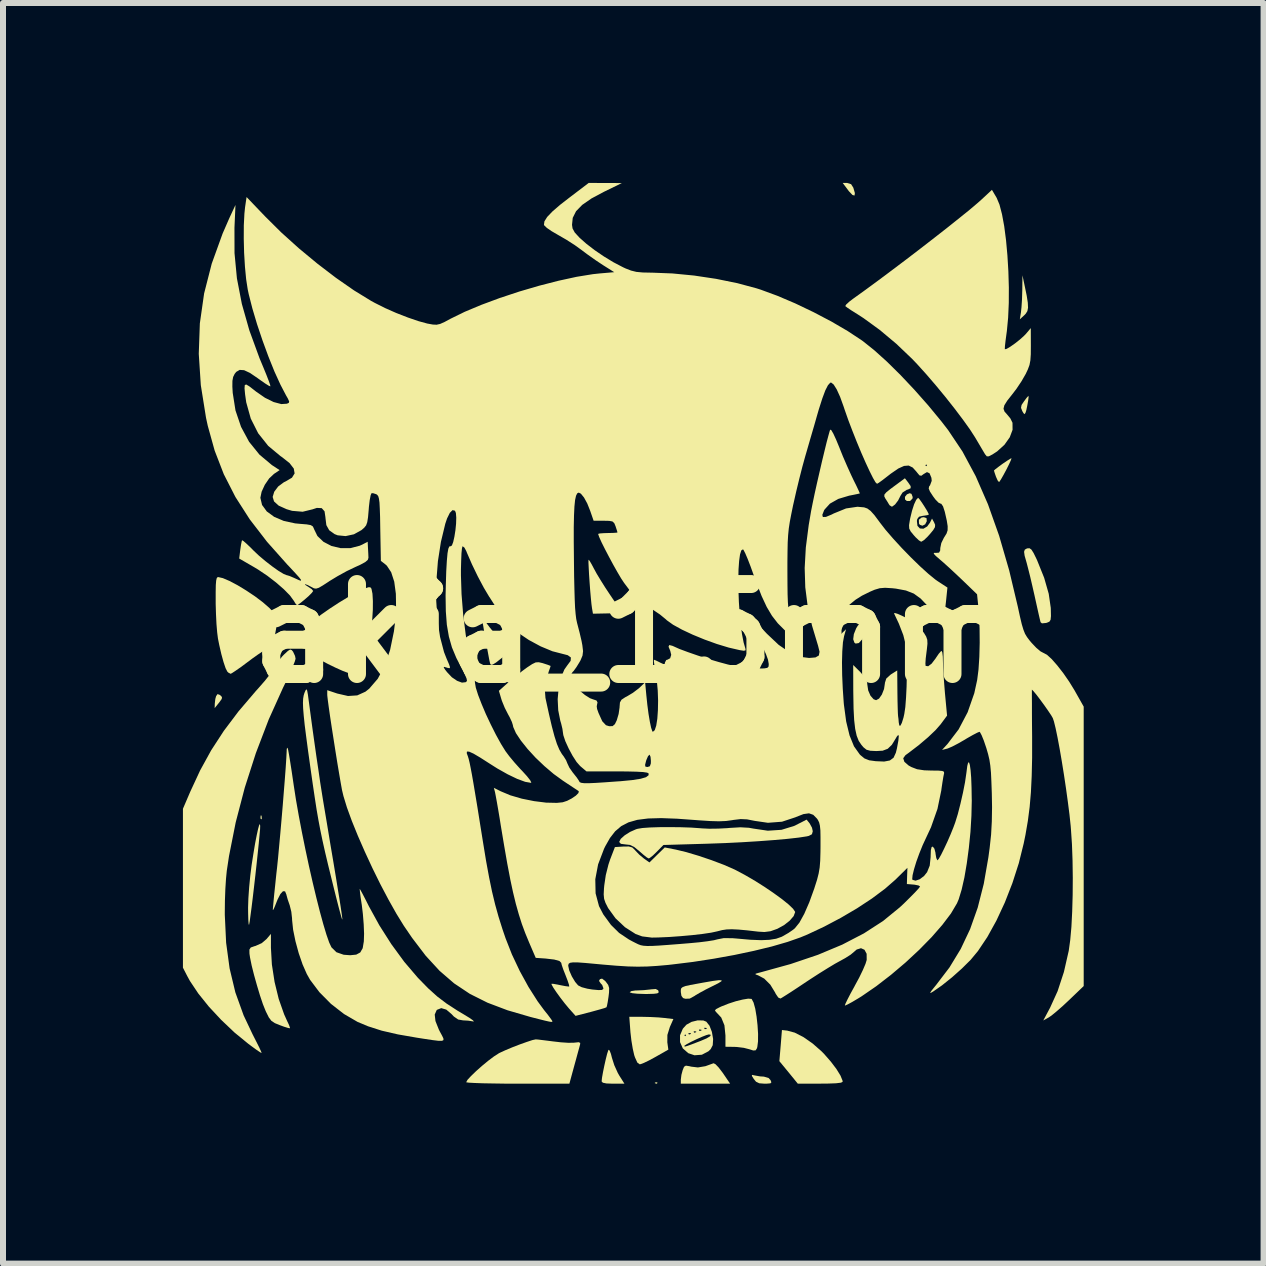
<source format=kicad_pcb>
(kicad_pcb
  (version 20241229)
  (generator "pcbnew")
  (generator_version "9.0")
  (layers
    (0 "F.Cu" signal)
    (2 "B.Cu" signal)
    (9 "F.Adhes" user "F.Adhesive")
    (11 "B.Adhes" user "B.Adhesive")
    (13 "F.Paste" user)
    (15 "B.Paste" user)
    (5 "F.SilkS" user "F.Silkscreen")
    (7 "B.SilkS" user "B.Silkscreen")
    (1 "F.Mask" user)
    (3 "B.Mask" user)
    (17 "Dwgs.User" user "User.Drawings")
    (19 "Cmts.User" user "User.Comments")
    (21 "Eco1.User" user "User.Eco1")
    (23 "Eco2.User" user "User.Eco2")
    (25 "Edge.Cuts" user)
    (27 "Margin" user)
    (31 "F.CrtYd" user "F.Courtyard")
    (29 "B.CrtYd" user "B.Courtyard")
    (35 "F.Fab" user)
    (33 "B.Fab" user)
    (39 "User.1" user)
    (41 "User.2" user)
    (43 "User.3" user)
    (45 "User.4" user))
  (footprint "akia_15mm"
    (layer "F.Cu")
    (at 7.509 7.509)
    (property "Reference" "akia_15mm" (at 0 0 0) (layer "F.SilkS") (effects (font (size 1.5 1.5) (thickness 0.3))))
    (attr board_only exclude_from_pos_files exclude_from_bom)
    (fp_poly (pts (xy -6.198 3.045) (xy -6.194 3.091) (xy -6.2 3.101) (xy -6.214 3.092) (xy -6.216 3.063) (xy -6.209 3.031)) (stroke (width 0) (type solid)) (fill yes) (layer "F.SilkS"))
    (fp_poly (pts (xy 0.401 7.489) (xy 0.397 7.506) (xy 0.381 7.509) (xy 0.357 7.498) (xy 0.362 7.489) (xy 0.397 7.485)) (stroke (width 0) (type solid)) (fill yes) (layer "F.SilkS"))
    (fp_poly (pts (xy 3.631 -7.488) (xy 3.668 -7.43) (xy 3.694 -7.34) (xy 3.688 -7.299) (xy 3.654 -7.308) (xy 3.595 -7.37) (xy 3.586 -7.382) (xy 3.491 -7.509) (xy 3.565 -7.509)) (stroke (width 0) (type solid)) (fill yes) (layer "F.SilkS"))
    (fp_poly (pts (xy 4.638 -2.325) (xy 4.658 -2.272) (xy 4.654 -2.246) (xy 4.614 -2.206) (xy 4.56 -2.206) (xy 4.53 -2.232) (xy 4.529 -2.276) (xy 4.562 -2.317) (xy 4.608 -2.336)) (stroke (width 0) (type solid)) (fill yes) (layer "F.SilkS"))
    (fp_poly (pts (xy 4.888 -1.921) (xy 4.893 -1.87) (xy 4.866 -1.817) (xy 4.82 -1.794) (xy 4.777 -1.809) (xy 4.763 -1.83) (xy 4.761 -1.894) (xy 4.807 -1.931) (xy 4.843 -1.936)) (stroke (width 0) (type solid)) (fill yes) (layer "F.SilkS"))
    (fp_poly (pts (xy -6.894 1.027) (xy -6.886 1.033) (xy -6.858 1.062) (xy -6.862 1.094) (xy -6.901 1.149) (xy -6.909 1.159) (xy -6.98 1.247) (xy -6.978 1.173) (xy -6.969 1.094) (xy -6.956 1.048) (xy -6.932 1.013)) (stroke (width 0) (type solid)) (fill yes) (layer "F.SilkS"))
    (fp_poly (pts (xy 3.909 -0.215) (xy 3.92 -0.153) (xy 3.897 -0.055) (xy 3.884 -0.023) (xy 3.819 0.097) (xy 3.76 0.162) (xy 3.707 0.171) (xy 3.686 0.156) (xy 3.666 0.099) (xy 3.677 0.013) (xy 3.716 -0.084) (xy 3.741 -0.125) (xy 3.811 -0.206) (xy 3.87 -0.234)) (stroke (width 0) (type solid)) (fill yes) (layer "F.SilkS"))
    (fp_poly (pts (xy 6.525 -5.793) (xy 6.559 -5.629) (xy 6.577 -5.512) (xy 6.581 -5.429) (xy 6.57 -5.372) (xy 6.543 -5.329) (xy 6.519 -5.304) (xy 6.444 -5.235) (xy 6.463 -5.353) (xy 6.472 -5.439) (xy 6.48 -5.56) (xy 6.484 -5.693) (xy 6.485 -5.719) (xy 6.488 -5.969)) (stroke (width 0) (type solid)) (fill yes) (layer "F.SilkS"))
    (fp_poly (pts (xy 6.59 -3.934) (xy 6.582 -3.873) (xy 6.568 -3.796) (xy 6.553 -3.724) (xy 6.542 -3.686) (xy 6.526 -3.654) (xy 6.506 -3.669) (xy 6.485 -3.705) (xy 6.464 -3.759) (xy 6.473 -3.807) (xy 6.514 -3.868) (xy 6.558 -3.927) (xy 6.586 -3.958) (xy 6.588 -3.96)) (stroke (width 0) (type solid)) (fill yes) (layer "F.SilkS"))
    (fp_poly (pts (xy 2.023 7.371) (xy 2.028 7.372) (xy 2.113 7.387) (xy 2.177 7.391) (xy 2.255 7.414) (xy 2.288 7.45) (xy 2.302 7.486) (xy 2.286 7.503) (xy 2.228 7.508) (xy 2.19 7.509) (xy 2.1 7.502) (xy 2.046 7.476) (xy 2.009 7.431) (xy 1.976 7.378) (xy 1.98 7.362)) (stroke (width 0) (type solid)) (fill yes) (layer "F.SilkS"))
    (fp_poly (pts (xy 1.37 7.184) (xy 1.422 7.238) (xy 1.484 7.319) (xy 1.493 7.331) (xy 1.614 7.509) (xy 1.203 7.509) (xy 0.792 7.509) (xy 0.792 7.44) (xy 0.802 7.361) (xy 0.823 7.283) (xy 0.846 7.227) (xy 0.876 7.208) (xy 0.934 7.217) (xy 0.967 7.225) (xy 1.077 7.238) (xy 1.202 7.217) (xy 1.338 7.168)) (stroke (width 0) (type solid)) (fill yes) (layer "F.SilkS"))
    (fp_poly (pts (xy 0.412 5.95) (xy 0.42 5.966) (xy 0.422 5.989) (xy 0.399 6.003) (xy 0.342 6.01) (xy 0.24 6.013) (xy 0.19 6.013) (xy 0.069 6.009) (xy -0.017 6) (xy -0.057 5.987) (xy -0.059 5.983) (xy -0.033 5.965) (xy 0.033 5.955) (xy 0.066 5.954) (xy 0.176 5.949) (xy 0.283 5.938) (xy 0.296 5.936) (xy 0.373 5.93)) (stroke (width 0) (type solid)) (fill yes) (layer "F.SilkS"))
    (fp_poly (pts (xy -0.395 6.956) (xy -0.373 7.013) (xy -0.356 7.079) (xy -0.317 7.201) (xy -0.26 7.327) (xy -0.234 7.373) (xy -0.148 7.509) (xy -0.338 7.509) (xy -0.447 7.505) (xy -0.507 7.493) (xy -0.528 7.472) (xy -0.528 7.468) (xy -0.522 7.41) (xy -0.506 7.319) (xy -0.484 7.211) (xy -0.46 7.104) (xy -0.437 7.012) (xy -0.418 6.954) (xy -0.413 6.943)) (stroke (width 0) (type solid)) (fill yes) (layer "F.SilkS"))
    (fp_poly (pts (xy 6.293 -2.881) (xy 6.261 -2.812) (xy 6.218 -2.726) (xy 6.171 -2.639) (xy 6.13 -2.567) (xy 6.103 -2.527) (xy 6.097 -2.522) (xy 6.075 -2.547) (xy 6.048 -2.607) (xy 6.045 -2.615) (xy 6.023 -2.679) (xy 6.013 -2.714) (xy 6.013 -2.715) (xy 6.034 -2.734) (xy 6.091 -2.778) (xy 6.159 -2.828) (xy 6.236 -2.88) (xy 6.289 -2.913) (xy 6.306 -2.919)) (stroke (width 0) (type solid)) (fill yes) (layer "F.SilkS"))
    (fp_poly (pts (xy 2.566 6.624) (xy 2.692 6.658) (xy 2.838 6.733) (xy 2.991 6.84) (xy 3.14 6.971) (xy 3.182 7.014) (xy 3.294 7.142) (xy 3.387 7.265) (xy 3.454 7.374) (xy 3.488 7.457) (xy 3.49 7.478) (xy 3.462 7.492) (xy 3.378 7.502) (xy 3.242 7.507) (xy 3.116 7.508) (xy 2.742 7.508) (xy 2.589 7.32) (xy 2.435 7.133) (xy 2.457 6.873) (xy 2.478 6.614)) (stroke (width 0) (type solid)) (fill yes) (layer "F.SilkS"))
    (fp_poly (pts (xy 4.581 -2.517) (xy 4.624 -2.454) (xy 4.624 -2.419) (xy 4.58 -2.398) (xy 4.56 -2.393) (xy 4.489 -2.348) (xy 4.455 -2.294) (xy 4.415 -2.215) (xy 4.364 -2.148) (xy 4.318 -2.114) (xy 4.309 -2.112) (xy 4.275 -2.133) (xy 4.264 -2.148) (xy 4.232 -2.201) (xy 4.201 -2.249) (xy 4.184 -2.284) (xy 4.187 -2.315) (xy 4.219 -2.352) (xy 4.286 -2.406) (xy 4.344 -2.449) (xy 4.528 -2.585)) (stroke (width 0) (type solid)) (fill yes) (layer "F.SilkS"))
    (fp_poly (pts (xy 0.15 6.394) (xy 0.284 6.397) (xy 0.42 6.404) (xy 0.517 6.413) (xy 0.668 6.431) (xy 0.609 6.564) (xy 0.568 6.696) (xy 0.567 6.819) (xy 0.584 6.941) (xy 0.369 7.063) (xy 0.264 7.12) (xy 0.175 7.163) (xy 0.117 7.184) (xy 0.107 7.186) (xy 0.067 7.157) (xy 0.028 7.071) (xy 0.015 7.033) (xy -0.009 6.927) (xy -0.032 6.79) (xy -0.048 6.65) (xy -0.049 6.637) (xy -0.067 6.394)) (stroke (width 0) (type solid)) (fill yes) (layer "F.SilkS"))
    (fp_poly (pts (xy 1.472 5.785) (xy 1.468 5.802) (xy 1.415 5.835) (xy 1.323 5.881) (xy 1.209 5.938) (xy 1.106 5.994) (xy 1.033 6.037) (xy 1.026 6.043) (xy 0.941 6.09) (xy 0.867 6.093) (xy 0.829 6.081) (xy 0.802 6.044) (xy 0.792 5.981) (xy 0.792 5.945) (xy 0.799 5.918) (xy 0.822 5.899) (xy 0.869 5.881) (xy 0.951 5.863) (xy 1.076 5.84) (xy 1.169 5.823) (xy 1.325 5.796) (xy 1.425 5.783)) (stroke (width 0) (type solid)) (fill yes) (layer "F.SilkS"))
    (fp_poly (pts (xy -2.491 -0.224) (xy -2.444 -0.165) (xy -2.397 -0.102) (xy -2.313 0.001) (xy -2.221 0.097) (xy -2.146 0.161) (xy -2.078 0.214) (xy -2.034 0.253) (xy -2.027 0.264) (xy -2.048 0.288) (xy -2.105 0.338) (xy -2.185 0.405) (xy -2.2 0.417) (xy -2.289 0.487) (xy -2.344 0.521) (xy -2.374 0.526) (xy -2.387 0.505) (xy -2.399 0.455) (xy -2.417 0.359) (xy -2.441 0.231) (xy -2.467 0.083) (xy -2.494 -0.072) (xy -2.511 -0.175) (xy -2.518 -0.225) (xy -2.513 -0.243)) (stroke (width 0) (type solid)) (fill yes) (layer "F.SilkS"))
    (fp_poly (pts (xy -0.729 -1.209) (xy -0.695 -1.151) (xy -0.658 -1.081) (xy -0.61 -0.993) (xy -0.544 -0.884) (xy -0.468 -0.763) (xy -0.389 -0.644) (xy -0.316 -0.536) (xy -0.255 -0.452) (xy -0.214 -0.403) (xy -0.206 -0.396) (xy -0.178 -0.37) (xy -0.195 -0.352) (xy -0.261 -0.34) (xy -0.381 -0.333) (xy -0.425 -0.332) (xy -0.673 -0.327) (xy -0.689 -0.42) (xy -0.698 -0.487) (xy -0.708 -0.589) (xy -0.719 -0.714) (xy -0.729 -0.849) (xy -0.738 -0.98) (xy -0.744 -1.096) (xy -0.748 -1.181) (xy -0.747 -1.225) (xy -0.746 -1.227)) (stroke (width 0) (type solid)) (fill yes) (layer "F.SilkS"))
    (fp_poly (pts (xy -6.221 3.212) (xy -6.223 3.267) (xy -6.232 3.367) (xy -6.245 3.504) (xy -6.262 3.668) (xy -6.281 3.849) (xy -6.302 4.039) (xy -6.324 4.23) (xy -6.345 4.41) (xy -6.365 4.572) (xy -6.383 4.707) (xy -6.396 4.805) (xy -6.406 4.857) (xy -6.408 4.863) (xy -6.414 4.843) (xy -6.419 4.775) (xy -6.422 4.671) (xy -6.423 4.573) (xy -6.418 4.421) (xy -6.405 4.235) (xy -6.386 4.039) (xy -6.364 3.864) (xy -6.334 3.673) (xy -6.306 3.505) (xy -6.279 3.366) (xy -6.256 3.261) (xy -6.238 3.197) (xy -6.226 3.18)) (stroke (width 0) (type solid)) (fill yes) (layer "F.SilkS"))
    (fp_poly (pts (xy 1.969 6.095) (xy 1.974 6.098) (xy 2.005 6.157) (xy 2.033 6.259) (xy 2.055 6.39) (xy 2.071 6.535) (xy 2.08 6.678) (xy 2.079 6.804) (xy 2.067 6.899) (xy 2.058 6.925) (xy 2.038 6.953) (xy 1.999 6.955) (xy 1.936 6.935) (xy 1.842 6.911) (xy 1.728 6.897) (xy 1.685 6.895) (xy 1.536 6.893) (xy 1.536 6.705) (xy 1.519 6.535) (xy 1.466 6.406) (xy 1.381 6.315) (xy 1.361 6.291) (xy 1.377 6.267) (xy 1.438 6.235) (xy 1.468 6.221) (xy 1.587 6.174) (xy 1.71 6.134) (xy 1.824 6.106) (xy 1.915 6.091)) (stroke (width 0) (type solid)) (fill yes) (layer "F.SilkS"))
    (fp_poly (pts (xy -6.042 5.244) (xy -6.026 5.522) (xy -5.981 5.813) (xy -5.912 6.096) (xy -5.822 6.352) (xy -5.772 6.463) (xy -5.739 6.533) (xy -5.724 6.578) (xy -5.725 6.585) (xy -5.755 6.58) (xy -5.823 6.559) (xy -5.891 6.534) (xy -5.977 6.499) (xy -6.034 6.461) (xy -6.077 6.404) (xy -6.123 6.312) (xy -6.132 6.292) (xy -6.176 6.182) (xy -6.225 6.036) (xy -6.275 5.869) (xy -6.323 5.698) (xy -6.363 5.539) (xy -6.39 5.407) (xy -6.4 5.34) (xy -6.401 5.273) (xy -6.378 5.238) (xy -6.315 5.216) (xy -6.299 5.212) (xy -6.196 5.166) (xy -6.116 5.098) (xy -6.042 5.011)) (stroke (width 0) (type solid)) (fill yes) (layer "F.SilkS"))
    (fp_poly (pts (xy 6.638 -1.395) (xy 6.674 -1.338) (xy 6.723 -1.238) (xy 6.733 -1.216) (xy 6.85 -0.925) (xy 6.926 -0.659) (xy 6.96 -0.424) (xy 6.961 -0.392) (xy 6.963 -0.287) (xy 6.957 -0.226) (xy 6.938 -0.195) (xy 6.902 -0.179) (xy 6.884 -0.173) (xy 6.813 -0.166) (xy 6.79 -0.185) (xy 6.78 -0.225) (xy 6.76 -0.311) (xy 6.733 -0.432) (xy 6.701 -0.576) (xy 6.689 -0.631) (xy 6.652 -0.793) (xy 6.616 -0.947) (xy 6.583 -1.078) (xy 6.559 -1.171) (xy 6.555 -1.185) (xy 6.524 -1.294) (xy 6.515 -1.359) (xy 6.527 -1.395) (xy 6.561 -1.414) (xy 6.573 -1.417) (xy 6.607 -1.418)) (stroke (width 0) (type solid)) (fill yes) (layer "F.SilkS"))
    (fp_poly (pts (xy -4.385 -0.768) (xy -4.368 -0.747) (xy -4.365 -0.74) (xy -4.349 -0.66) (xy -4.342 -0.538) (xy -4.343 -0.389) (xy -4.353 -0.231) (xy -4.371 -0.077) (xy -4.395 0.054) (xy -4.399 0.07) (xy -4.446 0.227) (xy -4.504 0.375) (xy -4.567 0.504) (xy -4.63 0.602) (xy -4.686 0.659) (xy -4.71 0.669) (xy -4.758 0.659) (xy -4.846 0.626) (xy -4.96 0.575) (xy -5.09 0.512) (xy -5.099 0.507) (xy -5.427 0.337) (xy -5.408 0.088) (xy -5.397 -0.038) (xy -5.383 -0.12) (xy -5.361 -0.174) (xy -5.327 -0.214) (xy -5.312 -0.228) (xy -5.207 -0.31) (xy -5.067 -0.408) (xy -4.911 -0.51) (xy -4.756 -0.604) (xy -4.62 -0.68) (xy -4.576 -0.702) (xy -4.476 -0.747) (xy -4.417 -0.768)) (stroke (width 0) (type solid)) (fill yes) (layer "F.SilkS"))
    (fp_poly (pts (xy -1.587 6.773) (xy -1.504 6.783) (xy -1.392 6.797) (xy -1.338 6.804) (xy -1.207 6.819) (xy -1.086 6.827) (xy -0.996 6.826) (xy -0.976 6.824) (xy -0.909 6.817) (xy -0.885 6.83) (xy -0.888 6.857) (xy -0.901 6.905) (xy -0.926 6.996) (xy -0.958 7.114) (xy -0.984 7.208) (xy -1.066 7.509) (xy -1.926 7.509) (xy -2.144 7.508) (xy -2.341 7.505) (xy -2.511 7.502) (xy -2.647 7.497) (xy -2.74 7.492) (xy -2.784 7.486) (xy -2.786 7.484) (xy -2.765 7.445) (xy -2.706 7.381) (xy -2.622 7.3) (xy -2.523 7.212) (xy -2.42 7.127) (xy -2.323 7.054) (xy -2.242 7.002) (xy -2.229 6.995) (xy -2.136 6.952) (xy -2.019 6.903) (xy -1.895 6.855) (xy -1.777 6.813) (xy -1.683 6.782) (xy -1.628 6.77)) (stroke (width 0) (type solid)) (fill yes) (layer "F.SilkS"))
    (fp_poly (pts (xy 4.771 -2.236) (xy 4.811 -2.18) (xy 4.857 -2.109) (xy 4.899 -2.04) (xy 4.924 -1.991) (xy 4.927 -1.98) (xy 4.902 -1.97) (xy 4.839 -1.96) (xy 4.832 -1.96) (xy 4.763 -1.944) (xy 4.734 -1.905) (xy 4.728 -1.875) (xy 4.737 -1.792) (xy 4.778 -1.748) (xy 4.837 -1.744) (xy 4.9 -1.782) (xy 4.947 -1.847) (xy 4.98 -1.913) (xy 5.015 -1.849) (xy 5.032 -1.809) (xy 5.029 -1.77) (xy 5.001 -1.722) (xy 4.941 -1.65) (xy 4.901 -1.606) (xy 4.846 -1.554) (xy 4.803 -1.528) (xy 4.797 -1.528) (xy 4.761 -1.55) (xy 4.705 -1.603) (xy 4.674 -1.638) (xy 4.624 -1.699) (xy 4.6 -1.747) (xy 4.597 -1.803) (xy 4.611 -1.889) (xy 4.617 -1.921) (xy 4.647 -2.044) (xy 4.681 -2.15) (xy 4.716 -2.225) (xy 4.746 -2.258) (xy 4.749 -2.258)) (stroke (width 0) (type solid)) (fill yes) (layer "F.SilkS"))
    (fp_poly (pts (xy -6.843 -0.92) (xy -6.731 -0.872) (xy -6.597 -0.801) (xy -6.452 -0.713) (xy -6.307 -0.616) (xy -6.176 -0.517) (xy -6.068 -0.423) (xy -6.051 -0.405) (xy -5.927 -0.279) (xy -5.956 -0.074) (xy -5.98 0.054) (xy -6.012 0.142) (xy -6.06 0.209) (xy -6.063 0.212) (xy -6.118 0.264) (xy -6.158 0.292) (xy -6.163 0.293) (xy -6.193 0.31) (xy -6.26 0.355) (xy -6.353 0.421) (xy -6.437 0.484) (xy -6.542 0.562) (xy -6.631 0.624) (xy -6.692 0.664) (xy -6.714 0.675) (xy -6.752 0.655) (xy -6.769 0.638) (xy -6.798 0.581) (xy -6.832 0.48) (xy -6.869 0.346) (xy -6.904 0.193) (xy -6.925 0.088) (xy -6.938 -0.014) (xy -6.95 -0.157) (xy -6.958 -0.323) (xy -6.963 -0.494) (xy -6.963 -0.521) (xy -6.963 -0.688) (xy -6.961 -0.804) (xy -6.955 -0.879) (xy -6.945 -0.921) (xy -6.93 -0.937) (xy -6.922 -0.938)) (stroke (width 0) (type solid)) (fill yes) (layer "F.SilkS"))
    (fp_poly (pts (xy -5.438 0.954) (xy -5.426 1.018) (xy -5.411 1.131) (xy -5.407 1.159) (xy -5.381 1.354) (xy -5.351 1.577) (xy -5.318 1.813) (xy -5.284 2.053) (xy -5.25 2.281) (xy -5.22 2.488) (xy -5.193 2.659) (xy -5.175 2.772) (xy -5.108 3.171) (xy -5.051 3.516) (xy -5.001 3.811) (xy -4.96 4.058) (xy -4.927 4.262) (xy -4.9 4.426) (xy -4.88 4.554) (xy -4.866 4.649) (xy -4.857 4.714) (xy -4.852 4.754) (xy -4.852 4.772) (xy -4.852 4.774) (xy -4.862 4.75) (xy -4.883 4.676) (xy -4.914 4.561) (xy -4.952 4.412) (xy -4.996 4.237) (xy -5.026 4.115) (xy -5.089 3.859) (xy -5.14 3.644) (xy -5.182 3.456) (xy -5.218 3.283) (xy -5.25 3.114) (xy -5.281 2.935) (xy -5.312 2.733) (xy -5.347 2.497) (xy -5.381 2.258) (xy -5.422 1.965) (xy -5.454 1.724) (xy -5.479 1.528) (xy -5.495 1.373) (xy -5.505 1.252) (xy -5.508 1.16) (xy -5.505 1.089) (xy -5.496 1.036) (xy -5.483 0.993) (xy -5.482 0.991) (xy -5.463 0.948) (xy -5.449 0.933)) (stroke (width 0) (type solid)) (fill yes) (layer "F.SilkS"))
    (fp_poly (pts (xy 2.94 3.169) (xy 2.979 3.241) (xy 2.992 3.3) (xy 2.978 3.35) (xy 2.927 3.377) (xy 2.894 3.385) (xy 2.756 3.406) (xy 2.569 3.427) (xy 2.343 3.447) (xy 2.089 3.466) (xy 1.816 3.483) (xy 1.535 3.497) (xy 1.254 3.507) (xy 1.226 3.508) (xy 0.502 3.529) (xy 0.392 3.641) (xy 0.326 3.705) (xy 0.275 3.745) (xy 0.257 3.754) (xy 0.224 3.736) (xy 0.164 3.688) (xy 0.106 3.637) (xy 0.017 3.564) (xy -0.056 3.528) (xy -0.128 3.52) (xy -0.207 3.51) (xy -0.234 3.481) (xy -0.235 3.477) (xy -0.21 3.427) (xy -0.144 3.368) (xy -0.054 3.311) (xy 0.045 3.267) (xy 0.073 3.259) (xy 0.152 3.246) (xy 0.277 3.237) (xy 0.434 3.232) (xy 0.609 3.231) (xy 0.791 3.233) (xy 0.966 3.239) (xy 1.12 3.25) (xy 1.144 3.252) (xy 1.266 3.258) (xy 1.418 3.256) (xy 1.57 3.248) (xy 1.598 3.245) (xy 1.784 3.234) (xy 1.927 3.242) (xy 2.004 3.256) (xy 2.242 3.291) (xy 2.471 3.276) (xy 2.679 3.212) (xy 2.713 3.196) (xy 2.889 3.106)) (stroke (width 0) (type solid)) (fill yes) (layer "F.SilkS"))
    (fp_poly (pts (xy -5.695 0.28) (xy -5.673 0.306) (xy -5.64 0.377) (xy -5.631 0.424) (xy -5.644 0.47) (xy -5.679 0.558) (xy -5.731 0.677) (xy -5.796 0.817) (xy -5.841 0.909) (xy -6.079 1.437) (xy -6.293 1.997) (xy -6.478 2.573) (xy -6.629 3.151) (xy -6.741 3.715) (xy -6.778 3.96) (xy -6.791 4.094) (xy -6.802 4.266) (xy -6.809 4.458) (xy -6.811 4.648) (xy -6.811 4.693) (xy -6.789 5.158) (xy -6.731 5.586) (xy -6.635 5.987) (xy -6.497 6.37) (xy -6.348 6.685) (xy -6.287 6.805) (xy -6.237 6.904) (xy -6.206 6.972) (xy -6.197 6.998) (xy -6.222 6.985) (xy -6.283 6.944) (xy -6.368 6.882) (xy -6.419 6.844) (xy -6.65 6.655) (xy -6.872 6.444) (xy -7.077 6.224) (xy -7.253 6.005) (xy -7.392 5.797) (xy -7.438 5.713) (xy -7.509 5.575) (xy -7.509 4.25) (xy -7.509 2.925) (xy -7.388 2.643) (xy -7.222 2.285) (xy -7.038 1.95) (xy -6.827 1.626) (xy -6.583 1.302) (xy -6.295 0.964) (xy -6.242 0.905) (xy -6.146 0.795) (xy -6.062 0.689) (xy -5.999 0.602) (xy -5.971 0.553) (xy -5.924 0.472) (xy -5.853 0.384) (xy -5.822 0.352) (xy -5.758 0.293) (xy -5.721 0.27)) (stroke (width 0) (type solid)) (fill yes) (layer "F.SilkS"))
    (fp_poly (pts (xy -0.018 3.57) (xy 0.027 3.613) (xy 0.032 3.62) (xy 0.098 3.689) (xy 0.177 3.755) (xy 0.18 3.757) (xy 0.269 3.82) (xy 0.396 3.695) (xy 0.524 3.57) (xy 0.709 3.606) (xy 0.883 3.648) (xy 1.088 3.709) (xy 1.304 3.782) (xy 1.51 3.86) (xy 1.684 3.936) (xy 1.714 3.951) (xy 1.869 4.034) (xy 2.032 4.129) (xy 2.193 4.231) (xy 2.344 4.334) (xy 2.479 4.432) (xy 2.588 4.52) (xy 2.663 4.592) (xy 2.697 4.642) (xy 2.698 4.649) (xy 2.673 4.715) (xy 2.607 4.791) (xy 2.513 4.865) (xy 2.404 4.925) (xy 2.4 4.927) (xy 2.287 4.967) (xy 2.186 4.98) (xy 2.084 4.974) (xy 1.894 4.952) (xy 1.751 4.939) (xy 1.642 4.934) (xy 1.556 4.937) (xy 1.481 4.948) (xy 1.406 4.967) (xy 1.394 4.97) (xy 1.297 4.991) (xy 1.155 5.012) (xy 0.981 5.032) (xy 0.791 5.049) (xy 0.597 5.063) (xy 0.413 5.071) (xy 0.308 5.073) (xy 0.147 5.053) (xy 0.038 5.013) (xy -0.139 4.9) (xy -0.297 4.751) (xy -0.417 4.585) (xy -0.422 4.577) (xy -0.464 4.494) (xy -0.487 4.427) (xy -0.494 4.353) (xy -0.489 4.251) (xy -0.484 4.2) (xy -0.459 4.031) (xy -0.415 3.856) (xy -0.386 3.769) (xy -0.307 3.564) (xy -0.166 3.555) (xy -0.075 3.554)) (stroke (width 0) (type solid)) (fill yes) (layer "F.SilkS"))
    (fp_poly (pts (xy 1.167 6.455) (xy 1.217 6.475) (xy 1.27 6.542) (xy 1.31 6.645) (xy 1.33 6.761) (xy 1.33 6.776) (xy 1.324 6.867) (xy 1.291 6.931) (xy 1.252 6.969) (xy 1.143 7.026) (xy 1.02 7.035) (xy 0.916 7) (xy 0.825 6.92) (xy 0.807 6.879) (xy 0.851 6.879) (xy 0.853 6.888) (xy 0.866 6.889) (xy 0.9 6.879) (xy 0.965 6.856) (xy 1.072 6.815) (xy 1.122 6.796) (xy 1.22 6.754) (xy 1.279 6.719) (xy 1.293 6.695) (xy 1.261 6.687) (xy 1.217 6.699) (xy 1.143 6.728) (xy 1.053 6.768) (xy 0.964 6.811) (xy 0.892 6.849) (xy 0.853 6.875) (xy 0.851 6.879) (xy 0.807 6.879) (xy 0.779 6.816) (xy 0.779 6.702) (xy 0.851 6.702) (xy 0.865 6.717) (xy 0.88 6.702) (xy 0.865 6.687) (xy 0.851 6.702) (xy 0.779 6.702) (xy 0.779 6.702) (xy 0.793 6.668) (xy 0.919 6.668) (xy 0.923 6.685) (xy 0.939 6.687) (xy 0.963 6.677) (xy 0.958 6.668) (xy 0.923 6.664) (xy 0.919 6.668) (xy 0.793 6.668) (xy 0.806 6.638) (xy 1.007 6.638) (xy 1.011 6.656) (xy 1.027 6.658) (xy 1.051 6.647) (xy 1.046 6.638) (xy 1.011 6.635) (xy 1.007 6.638) (xy 0.806 6.638) (xy 0.818 6.609) (xy 1.095 6.609) (xy 1.099 6.627) (xy 1.115 6.629) (xy 1.139 6.618) (xy 1.134 6.609) (xy 1.099 6.606) (xy 1.095 6.609) (xy 0.818 6.609) (xy 0.826 6.592) (xy 0.836 6.58) (xy 1.183 6.58) (xy 1.187 6.597) (xy 1.203 6.599) (xy 1.227 6.589) (xy 1.222 6.58) (xy 1.187 6.576) (xy 1.183 6.58) (xy 0.836 6.58) (xy 0.886 6.525) (xy 0.971 6.478) (xy 1.073 6.453)) (stroke (width 0) (type solid)) (fill yes) (layer "F.SilkS"))
    (fp_poly (pts (xy 6.058 -7.26) (xy 6.105 -7.148) (xy 6.147 -6.987) (xy 6.184 -6.786) (xy 6.214 -6.555) (xy 6.237 -6.302) (xy 6.253 -6.036) (xy 6.261 -5.768) (xy 6.26 -5.507) (xy 6.249 -5.261) (xy 6.228 -5.04) (xy 6.221 -4.99) (xy 6.206 -4.878) (xy 6.196 -4.79) (xy 6.194 -4.741) (xy 6.195 -4.736) (xy 6.225 -4.743) (xy 6.286 -4.779) (xy 6.363 -4.833) (xy 6.444 -4.897) (xy 6.513 -4.959) (xy 6.547 -4.994) (xy 6.627 -5.089) (xy 6.628 -4.793) (xy 6.627 -4.652) (xy 6.62 -4.551) (xy 6.605 -4.473) (xy 6.577 -4.398) (xy 6.542 -4.324) (xy 6.473 -4.204) (xy 6.387 -4.075) (xy 6.321 -3.989) (xy 6.235 -3.88) (xy 6.186 -3.802) (xy 6.172 -3.744) (xy 6.189 -3.697) (xy 6.229 -3.652) (xy 6.287 -3.582) (xy 6.322 -3.51) (xy 6.322 -3.509) (xy 6.323 -3.393) (xy 6.276 -3.268) (xy 6.188 -3.144) (xy 6.067 -3.034) (xy 5.989 -2.983) (xy 5.927 -2.951) (xy 5.893 -2.951) (xy 5.865 -2.985) (xy 5.857 -2.998) (xy 5.823 -3.055) (xy 5.77 -3.145) (xy 5.708 -3.25) (xy 5.696 -3.27) (xy 5.612 -3.4) (xy 5.496 -3.562) (xy 5.357 -3.746) (xy 5.203 -3.941) (xy 5.042 -4.136) (xy 4.882 -4.322) (xy 4.732 -4.488) (xy 4.653 -4.571) (xy 4.386 -4.826) (xy 4.109 -5.058) (xy 3.838 -5.255) (xy 3.731 -5.324) (xy 3.64 -5.381) (xy 3.57 -5.428) (xy 3.535 -5.455) (xy 3.534 -5.456) (xy 3.549 -5.482) (xy 3.601 -5.53) (xy 3.66 -5.575) (xy 3.863 -5.721) (xy 4.085 -5.884) (xy 4.319 -6.059) (xy 4.559 -6.24) (xy 4.798 -6.423) (xy 5.029 -6.602) (xy 5.245 -6.771) (xy 5.439 -6.926) (xy 5.605 -7.06) (xy 5.735 -7.17) (xy 5.805 -7.232) (xy 5.979 -7.394)) (stroke (width 0) (type solid)) (fill yes) (layer "F.SilkS"))
    (fp_poly (pts (xy -5.764 1.911) (xy -5.755 1.943) (xy -5.74 2.025) (xy -5.72 2.147) (xy -5.696 2.301) (xy -5.67 2.478) (xy -5.661 2.539) (xy -5.624 2.778) (xy -5.578 3.039) (xy -5.526 3.313) (xy -5.469 3.594) (xy -5.409 3.875) (xy -5.347 4.148) (xy -5.285 4.407) (xy -5.225 4.644) (xy -5.168 4.852) (xy -5.116 5.025) (xy -5.071 5.154) (xy -5.034 5.233) (xy -5.032 5.236) (xy -4.95 5.317) (xy -4.829 5.359) (xy -4.72 5.367) (xy -4.62 5.357) (xy -4.553 5.321) (xy -4.512 5.25) (xy -4.493 5.136) (xy -4.489 5.008) (xy -4.495 4.854) (xy -4.509 4.679) (xy -4.528 4.521) (xy -4.529 4.517) (xy -4.546 4.404) (xy -4.557 4.316) (xy -4.562 4.266) (xy -4.562 4.26) (xy -4.548 4.282) (xy -4.513 4.346) (xy -4.463 4.443) (xy -4.407 4.554) (xy -4.234 4.869) (xy -4.034 5.183) (xy -3.818 5.478) (xy -3.599 5.735) (xy -3.587 5.748) (xy -3.421 5.918) (xy -3.269 6.055) (xy -3.112 6.174) (xy -2.93 6.292) (xy -2.821 6.357) (xy -2.731 6.412) (xy -2.674 6.452) (xy -2.658 6.471) (xy -2.669 6.471) (xy -2.753 6.458) (xy -2.84 6.453) (xy -2.92 6.439) (xy -2.992 6.389) (xy -3.029 6.35) (xy -3.118 6.274) (xy -3.202 6.249) (xy -3.273 6.277) (xy -3.279 6.283) (xy -3.311 6.356) (xy -3.299 6.464) (xy -3.243 6.605) (xy -3.226 6.639) (xy -3.19 6.705) (xy -3.167 6.752) (xy -3.165 6.781) (xy -3.189 6.794) (xy -3.248 6.794) (xy -3.347 6.782) (xy -3.493 6.76) (xy -3.608 6.742) (xy -3.925 6.687) (xy -4.194 6.625) (xy -4.422 6.552) (xy -4.597 6.479) (xy -4.824 6.347) (xy -5.041 6.178) (xy -5.234 5.983) (xy -5.389 5.777) (xy -5.444 5.68) (xy -5.514 5.521) (xy -5.579 5.332) (xy -5.633 5.133) (xy -5.672 4.942) (xy -5.689 4.78) (xy -5.69 4.751) (xy -5.702 4.642) (xy -5.729 4.533) (xy -5.732 4.525) (xy -5.762 4.438) (xy -5.782 4.366) (xy -5.784 4.356) (xy -5.806 4.302) (xy -5.841 4.3) (xy -5.884 4.346) (xy -5.93 4.436) (xy -5.945 4.473) (xy -5.978 4.557) (xy -6.001 4.607) (xy -6.011 4.613) (xy -6.008 4.575) (xy -6 4.487) (xy -5.988 4.358) (xy -5.971 4.198) (xy -5.952 4.014) (xy -5.94 3.909) (xy -5.923 3.745) (xy -5.905 3.549) (xy -5.885 3.332) (xy -5.865 3.103) (xy -5.845 2.87) (xy -5.827 2.643) (xy -5.81 2.431) (xy -5.796 2.244) (xy -5.786 2.089) (xy -5.78 1.977) (xy -5.778 1.926) (xy -5.768 1.908)) (stroke (width 0) (type solid)) (fill yes) (layer "F.SilkS"))
    (fp_poly (pts (xy -6.65 -6.761) (xy -6.649 -6.338) (xy -6.609 -5.918) (xy -6.527 -5.493) (xy -6.402 -5.052) (xy -6.233 -4.589) (xy -6.168 -4.433) (xy -6.118 -4.311) (xy -6.079 -4.21) (xy -6.055 -4.142) (xy -6.051 -4.117) (xy -6.078 -4.128) (xy -6.14 -4.167) (xy -6.226 -4.227) (xy -6.262 -4.253) (xy -6.391 -4.341) (xy -6.489 -4.387) (xy -6.563 -4.392) (xy -6.62 -4.359) (xy -6.647 -4.325) (xy -6.672 -4.274) (xy -6.684 -4.209) (xy -6.685 -4.113) (xy -6.679 -4.009) (xy -6.633 -3.716) (xy -6.54 -3.442) (xy -6.406 -3.193) (xy -6.233 -2.979) (xy -6.028 -2.807) (xy -6.021 -2.802) (xy -5.897 -2.721) (xy -5.991 -2.658) (xy -6.071 -2.583) (xy -6.144 -2.476) (xy -6.197 -2.361) (xy -6.218 -2.26) (xy -6.218 -2.26) (xy -6.19 -2.14) (xy -6.111 -2.032) (xy -5.988 -1.942) (xy -5.828 -1.874) (xy -5.639 -1.833) (xy -5.555 -1.825) (xy -5.444 -1.816) (xy -5.378 -1.804) (xy -5.344 -1.783) (xy -5.327 -1.75) (xy -5.326 -1.744) (xy -5.267 -1.622) (xy -5.165 -1.525) (xy -5.032 -1.456) (xy -4.879 -1.42) (xy -4.719 -1.42) (xy -4.563 -1.46) (xy -4.518 -1.48) (xy -4.429 -1.527) (xy -4.424 -1.423) (xy -4.419 -1.334) (xy -4.416 -1.262) (xy -4.416 -1.26) (xy -4.427 -1.224) (xy -4.469 -1.188) (xy -4.55 -1.144) (xy -4.638 -1.104) (xy -4.778 -1.037) (xy -4.932 -0.952) (xy -5.069 -0.869) (xy -5.074 -0.865) (xy -5.177 -0.798) (xy -5.244 -0.759) (xy -5.289 -0.745) (xy -5.325 -0.75) (xy -5.366 -0.772) (xy -5.368 -0.773) (xy -5.432 -0.806) (xy -5.474 -0.82) (xy -5.475 -0.82) (xy -5.47 -0.808) (xy -5.425 -0.779) (xy -5.419 -0.775) (xy -5.362 -0.737) (xy -5.338 -0.706) (xy -5.338 -0.705) (xy -5.359 -0.676) (xy -5.41 -0.624) (xy -5.477 -0.565) (xy -5.543 -0.511) (xy -5.592 -0.475) (xy -5.607 -0.469) (xy -5.63 -0.492) (xy -5.663 -0.546) (xy -5.725 -0.631) (xy -5.827 -0.735) (xy -5.957 -0.848) (xy -6.104 -0.961) (xy -6.256 -1.063) (xy -6.319 -1.101) (xy -6.571 -1.247) (xy -6.553 -1.393) (xy -6.54 -1.48) (xy -6.528 -1.538) (xy -6.523 -1.552) (xy -6.499 -1.538) (xy -6.444 -1.49) (xy -6.369 -1.418) (xy -6.333 -1.381) (xy -6.242 -1.295) (xy -6.134 -1.204) (xy -6.022 -1.117) (xy -5.918 -1.043) (xy -5.832 -0.991) (xy -5.776 -0.968) (xy -5.772 -0.968) (xy -5.732 -0.956) (xy -5.661 -0.926) (xy -5.628 -0.911) (xy -5.571 -0.885) (xy -5.541 -0.877) (xy -5.54 -0.891) (xy -5.571 -0.932) (xy -5.636 -1.004) (xy -5.738 -1.114) (xy -5.767 -1.144) (xy -6.107 -1.526) (xy -6.395 -1.9) (xy -6.634 -2.273) (xy -6.828 -2.653) (xy -6.98 -3.046) (xy -7.095 -3.46) (xy -7.124 -3.593) (xy -7.211 -4.138) (xy -7.245 -4.66) (xy -7.227 -5.168) (xy -7.156 -5.666) (xy -7.029 -6.163) (xy -6.848 -6.664) (xy -6.735 -6.923) (xy -6.633 -7.142)) (stroke (width 0) (type solid)) (fill yes) (layer "F.SilkS"))
    (fp_poly (pts (xy -0.467 -7.508) (xy -0.191 -7.507) (xy -0.49 -7.361) (xy -0.698 -7.25) (xy -0.852 -7.143) (xy -0.955 -7.037) (xy -1.01 -6.927) (xy -1.022 -6.81) (xy -1.013 -6.75) (xy -0.976 -6.682) (xy -0.896 -6.595) (xy -0.783 -6.495) (xy -0.644 -6.388) (xy -0.49 -6.283) (xy -0.33 -6.186) (xy -0.173 -6.104) (xy -0.128 -6.083) (xy -0.038 -6.048) (xy 0.051 -6.026) (xy 0.158 -6.016) (xy 0.303 -6.013) (xy 0.316 -6.013) (xy 0.652 -6) (xy 1.013 -5.965) (xy 1.38 -5.91) (xy 1.734 -5.838) (xy 2.054 -5.752) (xy 2.126 -5.729) (xy 2.403 -5.627) (xy 2.701 -5.5) (xy 3.006 -5.354) (xy 3.303 -5.198) (xy 3.575 -5.039) (xy 3.807 -4.886) (xy 3.828 -4.871) (xy 4.017 -4.72) (xy 4.229 -4.529) (xy 4.455 -4.306) (xy 4.687 -4.06) (xy 4.916 -3.801) (xy 5.133 -3.538) (xy 5.249 -3.388) (xy 5.488 -3.031) (xy 5.709 -2.619) (xy 5.913 -2.151) (xy 6.099 -1.627) (xy 6.267 -1.048) (xy 6.41 -0.447) (xy 6.447 -0.276) (xy 6.477 -0.15) (xy 6.504 -0.06) (xy 6.531 0.008) (xy 6.565 0.064) (xy 6.608 0.121) (xy 6.642 0.161) (xy 6.718 0.241) (xy 6.789 0.301) (xy 6.84 0.328) (xy 6.841 0.328) (xy 6.897 0.358) (xy 6.976 0.43) (xy 7.068 0.535) (xy 7.168 0.663) (xy 7.267 0.806) (xy 7.358 0.954) (xy 7.369 0.974) (xy 7.509 1.222) (xy 7.509 3.551) (xy 7.509 5.881) (xy 7.265 6.115) (xy 7.158 6.215) (xy 7.056 6.304) (xy 6.973 6.372) (xy 6.928 6.403) (xy 6.835 6.455) (xy 6.949 6.241) (xy 7.074 5.966) (xy 7.179 5.646) (xy 7.259 5.295) (xy 7.26 5.29) (xy 7.284 5.117) (xy 7.304 4.896) (xy 7.317 4.641) (xy 7.325 4.363) (xy 7.327 4.075) (xy 7.323 3.787) (xy 7.313 3.513) (xy 7.296 3.263) (xy 7.292 3.212) (xy 7.272 3.023) (xy 7.245 2.812) (xy 7.214 2.587) (xy 7.18 2.359) (xy 7.144 2.135) (xy 7.108 1.925) (xy 7.073 1.738) (xy 7.041 1.584) (xy 7.013 1.47) (xy 6.994 1.414) (xy 6.967 1.367) (xy 6.916 1.291) (xy 6.853 1.201) (xy 6.785 1.108) (xy 6.722 1.025) (xy 6.672 0.965) (xy 6.646 0.939) (xy 6.645 0.939) (xy 6.645 0.967) (xy 6.645 1.046) (xy 6.646 1.168) (xy 6.646 1.327) (xy 6.647 1.514) (xy 6.649 1.721) (xy 6.649 1.723) (xy 6.649 2.075) (xy 6.642 2.379) (xy 6.629 2.648) (xy 6.608 2.894) (xy 6.578 3.127) (xy 6.538 3.36) (xy 6.509 3.502) (xy 6.427 3.833) (xy 6.32 4.165) (xy 6.194 4.488) (xy 6.053 4.791) (xy 5.902 5.064) (xy 5.746 5.297) (xy 5.625 5.443) (xy 5.479 5.588) (xy 5.313 5.736) (xy 5.147 5.869) (xy 5.001 5.971) (xy 4.96 5.995) (xy 4.949 5.993) (xy 4.971 5.959) (xy 5.028 5.888) (xy 5.047 5.865) (xy 5.271 5.571) (xy 5.459 5.262) (xy 5.615 4.932) (xy 5.742 4.573) (xy 5.843 4.176) (xy 5.92 3.734) (xy 5.941 3.578) (xy 5.965 3.357) (xy 5.977 3.137) (xy 5.981 2.898) (xy 5.977 2.669) (xy 5.97 2.474) (xy 5.963 2.324) (xy 5.952 2.206) (xy 5.937 2.107) (xy 5.915 2.014) (xy 5.886 1.914) (xy 5.881 1.899) (xy 5.843 1.787) (xy 5.807 1.699) (xy 5.78 1.649) (xy 5.771 1.642) (xy 5.734 1.657) (xy 5.661 1.695) (xy 5.564 1.75) (xy 5.525 1.774) (xy 5.415 1.837) (xy 5.315 1.889) (xy 5.242 1.92) (xy 5.228 1.924) (xy 5.147 1.944) (xy 5.239 1.844) (xy 5.424 1.601) (xy 5.574 1.316) (xy 5.685 0.998) (xy 5.733 0.778) (xy 5.755 0.606) (xy 5.769 0.393) (xy 5.775 0.157) (xy 5.773 -0.085) (xy 5.763 -0.315) (xy 5.753 -0.435) (xy 5.731 -0.651) (xy 5.498 -0.876) (xy 5.384 -0.984) (xy 5.268 -1.092) (xy 5.166 -1.184) (xy 5.118 -1.225) (xy 5.043 -1.29) (xy 5.009 -1.327) (xy 5.013 -1.341) (xy 5.045 -1.341) (xy 5.097 -1.345) (xy 5.116 -1.38) (xy 5.118 -1.423) (xy 5.135 -1.505) (xy 5.178 -1.593) (xy 5.187 -1.607) (xy 5.222 -1.663) (xy 5.24 -1.717) (xy 5.241 -1.786) (xy 5.226 -1.881) (xy 5.195 -2.018) (xy 5.191 -2.033) (xy 5.164 -2.116) (xy 5.135 -2.159) (xy 5.123 -2.162) (xy 5.089 -2.178) (xy 5.037 -2.231) (xy 4.997 -2.285) (xy 4.945 -2.365) (xy 4.925 -2.414) (xy 4.932 -2.449) (xy 4.947 -2.468) (xy 4.975 -2.542) (xy 4.97 -2.593) (xy 4.939 -2.668) (xy 4.896 -2.688) (xy 4.84 -2.655) (xy 4.802 -2.627) (xy 4.771 -2.633) (xy 4.73 -2.682) (xy 4.721 -2.694) (xy 4.658 -2.764) (xy 4.591 -2.797) (xy 4.514 -2.791) (xy 4.417 -2.747) (xy 4.292 -2.661) (xy 4.229 -2.612) (xy 4.15 -2.551) (xy 4.09 -2.508) (xy 4.063 -2.493) (xy 4.037 -2.519) (xy 3.995 -2.592) (xy 3.939 -2.704) (xy 3.894 -2.801) (xy 4.869 -2.801) (xy 4.883 -2.786) (xy 4.898 -2.801) (xy 4.883 -2.816) (xy 4.869 -2.801) (xy 3.894 -2.801) (xy 3.873 -2.846) (xy 3.801 -3.01) (xy 3.727 -3.188) (xy 3.654 -3.372) (xy 3.585 -3.553) (xy 3.525 -3.724) (xy 3.505 -3.784) (xy 3.447 -3.944) (xy 3.391 -4.067) (xy 3.34 -4.148) (xy 3.298 -4.181) (xy 3.283 -4.178) (xy 3.245 -4.136) (xy 3.201 -4.05) (xy 3.151 -3.916) (xy 3.092 -3.731) (xy 3.067 -3.645) (xy 3.016 -3.466) (xy 2.956 -3.261) (xy 2.898 -3.06) (xy 2.864 -2.943) (xy 2.818 -2.776) (xy 2.767 -2.576) (xy 2.716 -2.365) (xy 2.671 -2.166) (xy 2.664 -2.136) (xy 2.633 -1.984) (xy 2.609 -1.859) (xy 2.592 -1.748) (xy 2.581 -1.637) (xy 2.574 -1.515) (xy 2.571 -1.367) (xy 2.569 -1.182) (xy 2.569 -1.041) (xy 2.57 -0.822) (xy 2.572 -0.652) (xy 2.577 -0.519) (xy 2.585 -0.414) (xy 2.596 -0.327) (xy 2.613 -0.246) (xy 2.634 -0.164) (xy 2.663 -0.056) (xy 2.682 0.028) (xy 2.69 0.073) (xy 2.689 0.078) (xy 2.665 0.064) (xy 2.608 0.02) (xy 2.532 -0.046) (xy 2.52 -0.056) (xy 2.409 -0.167) (xy 2.312 -0.292) (xy 2.224 -0.44) (xy 2.139 -0.622) (xy 2.051 -0.847) (xy 2.009 -0.964) (xy 1.956 -1.112) (xy 1.907 -1.239) (xy 1.866 -1.335) (xy 1.837 -1.391) (xy 1.828 -1.4) (xy 1.8 -1.382) (xy 1.779 -1.315) (xy 1.764 -1.206) (xy 1.754 -1.063) (xy 1.751 -0.896) (xy 1.753 -0.713) (xy 1.76 -0.522) (xy 1.773 -0.332) (xy 1.79 -0.15) (xy 1.812 0.014) (xy 1.839 0.153) (xy 1.869 0.255) (xy 1.872 0.283) (xy 1.843 0.291) (xy 1.773 0.28) (xy 1.591 0.238) (xy 1.393 0.178) (xy 1.188 0.104) (xy 0.991 0.023) (xy 0.812 -0.061) (xy 0.663 -0.143) (xy 0.558 -0.218) (xy 0.545 -0.231) (xy 0.444 -0.314) (xy 0.328 -0.392) (xy 0.279 -0.42) (xy 0.186 -0.472) (xy 0.105 -0.533) (xy 0.024 -0.614) (xy -0.067 -0.725) (xy -0.154 -0.841) (xy -0.203 -0.915) (xy -0.265 -1.02) (xy -0.335 -1.144) (xy -0.406 -1.276) (xy -0.473 -1.404) (xy -0.53 -1.518) (xy -0.569 -1.605) (xy -0.586 -1.654) (xy -0.587 -1.657) (xy -0.56 -1.665) (xy -0.492 -1.67) (xy -0.425 -1.672) (xy -0.337 -1.674) (xy -0.278 -1.678) (xy -0.264 -1.682) (xy -0.273 -1.714) (xy -0.294 -1.778) (xy -0.296 -1.785) (xy -0.318 -1.837) (xy -0.348 -1.865) (xy -0.403 -1.875) (xy -0.495 -1.877) (xy -0.662 -1.877) (xy -0.719 -2.042) (xy -0.768 -2.165) (xy -0.822 -2.264) (xy -0.874 -2.328) (xy -0.91 -2.346) (xy -0.935 -2.334) (xy -0.955 -2.294) (xy -0.971 -2.222) (xy -0.982 -2.113) (xy -0.989 -1.964) (xy -0.993 -1.769) (xy -0.993 -1.525) (xy -0.99 -1.227) (xy -0.99 -1.217) (xy -0.987 -0.95) (xy -0.982 -0.734) (xy -0.977 -0.562) (xy -0.971 -0.427) (xy -0.962 -0.322) (xy -0.952 -0.24) (xy -0.938 -0.174) (xy -0.927 -0.132) (xy -0.894 -0.005) (xy -0.863 0.128) (xy -0.85 0.197) (xy -0.838 0.297) (xy -0.847 0.371) (xy -0.88 0.45) (xy -0.897 0.48) (xy -0.948 0.563) (xy -0.995 0.628) (xy -1.013 0.646) (xy -1.049 0.704) (xy -1.056 0.742) (xy -1.033 0.8) (xy -0.975 0.875) (xy -0.894 0.956) (xy -0.806 1.029) (xy -0.722 1.082) (xy -0.677 1.099) (xy -0.614 1.12) (xy -0.597 1.152) (xy -0.603 1.179) (xy -0.61 1.217) (xy -0.604 1.261) (xy -0.581 1.326) (xy -0.536 1.426) (xy -0.517 1.467) (xy -0.456 1.532) (xy -0.402 1.549) (xy -0.345 1.547) (xy -0.307 1.514) (xy -0.276 1.45) (xy -0.245 1.345) (xy -0.229 1.235) (xy -0.229 1.227) (xy -0.223 1.153) (xy -0.197 1.107) (xy -0.135 1.066) (xy -0.107 1.052) (xy -0.007 0.992) (xy 0.088 0.92) (xy 0.106 0.904) (xy 0.197 0.817) (xy 0.217 1.032) (xy 0.234 1.194) (xy 0.254 1.346) (xy 0.276 1.476) (xy 0.297 1.575) (xy 0.317 1.633) (xy 0.326 1.642) (xy 0.357 1.615) (xy 0.382 1.539) (xy 0.4 1.425) (xy 0.41 1.283) (xy 0.413 1.122) (xy 0.407 0.953) (xy 0.392 0.787) (xy 0.37 0.644) (xy 0.353 0.544) (xy 0.343 0.471) (xy 0.343 0.44) (xy 0.343 0.44) (xy 0.375 0.452) (xy 0.435 0.481) (xy 0.441 0.485) (xy 0.5 0.512) (xy 0.524 0.51) (xy 0.528 0.485) (xy 0.549 0.445) (xy 0.569 0.44) (xy 0.614 0.416) (xy 0.632 0.359) (xy 0.616 0.293) (xy 0.587 0.223) (xy 0.6 0.195) (xy 0.653 0.209) (xy 0.667 0.215) (xy 0.767 0.26) (xy 0.909 0.313) (xy 1.076 0.371) (xy 1.253 0.428) (xy 1.425 0.479) (xy 1.577 0.52) (xy 1.672 0.541) (xy 1.813 0.563) (xy 1.958 0.58) (xy 2.077 0.587) (xy 2.086 0.587) (xy 2.182 0.585) (xy 2.234 0.576) (xy 2.255 0.554) (xy 2.258 0.513) (xy 2.258 0.512) (xy 2.245 0.438) (xy 2.212 0.348) (xy 2.203 0.329) (xy 2.174 0.263) (xy 2.137 0.166) (xy 2.098 0.056) (xy 2.063 -0.052) (xy 2.036 -0.141) (xy 2.024 -0.193) (xy 2.024 -0.197) (xy 2.042 -0.183) (xy 2.092 -0.134) (xy 2.165 -0.059) (xy 2.227 0.007) (xy 2.423 0.192) (xy 2.611 0.321) (xy 2.791 0.393) (xy 2.931 0.411) (xy 3.037 0.402) (xy 3.093 0.37) (xy 3.105 0.308) (xy 3.081 0.21) (xy 2.979 -0.13) (xy 2.907 -0.452) (xy 2.867 -0.767) (xy 2.857 -1.089) (xy 2.876 -1.43) (xy 2.924 -1.803) (xy 2.964 -2.038) (xy 2.99 -2.169) (xy 3.023 -2.327) (xy 3.062 -2.503) (xy 3.104 -2.686) (xy 3.146 -2.868) (xy 3.187 -3.038) (xy 3.223 -3.185) (xy 3.254 -3.301) (xy 3.275 -3.376) (xy 3.283 -3.396) (xy 3.301 -3.387) (xy 3.335 -3.329) (xy 3.381 -3.229) (xy 3.431 -3.108) (xy 3.494 -2.951) (xy 3.565 -2.787) (xy 3.632 -2.639) (xy 3.67 -2.559) (xy 3.72 -2.458) (xy 3.757 -2.379) (xy 3.775 -2.337) (xy 3.776 -2.332) (xy 3.746 -2.325) (xy 3.675 -2.31) (xy 3.598 -2.295) (xy 3.418 -2.241) (xy 3.278 -2.162) (xy 3.188 -2.063) (xy 3.18 -2.049) (xy 3.151 -1.975) (xy 3.16 -1.939) (xy 3.212 -1.941) (xy 3.306 -1.98) (xy 3.341 -1.998) (xy 3.547 -2.082) (xy 3.737 -2.11) (xy 3.848 -2.1) (xy 3.902 -2.081) (xy 3.956 -2.041) (xy 4.019 -1.971) (xy 4.102 -1.86) (xy 4.106 -1.854) (xy 4.205 -1.726) (xy 4.332 -1.579) (xy 4.477 -1.421) (xy 4.63 -1.264) (xy 4.781 -1.117) (xy 4.919 -0.992) (xy 5.035 -0.897) (xy 5.075 -0.869) (xy 5.237 -0.763) (xy 5.212 -0.521) (xy 5.198 -0.398) (xy 5.184 -0.29) (xy 5.173 -0.216) (xy 5.171 -0.205) (xy 5.156 -0.132) (xy 5.108 -0.204) (xy 5.066 -0.262) (xy 4.999 -0.346) (xy 4.92 -0.442) (xy 4.907 -0.457) (xy 4.791 -0.579) (xy 4.677 -0.662) (xy 4.545 -0.714) (xy 4.379 -0.745) (xy 4.315 -0.752) (xy 4.197 -0.759) (xy 4.109 -0.752) (xy 4.024 -0.727) (xy 3.947 -0.694) (xy 3.813 -0.628) (xy 3.705 -0.56) (xy 3.606 -0.479) (xy 3.501 -0.37) (xy 3.431 -0.29) (xy 3.337 -0.175) (xy 3.282 -0.089) (xy 3.258 -0.022) (xy 3.256 0.002) (xy 3.27 0.08) (xy 3.313 0.107) (xy 3.379 0.084) (xy 3.447 0.028) (xy 3.547 -0.068) (xy 3.514 0.047) (xy 3.495 0.149) (xy 3.484 0.299) (xy 3.479 0.485) (xy 3.482 0.697) (xy 3.492 0.924) (xy 3.508 1.156) (xy 3.511 1.188) (xy 3.549 1.471) (xy 3.605 1.702) (xy 3.679 1.884) (xy 3.775 2.019) (xy 3.788 2.032) (xy 3.854 2.086) (xy 3.932 2.117) (xy 4.041 2.132) (xy 4.182 2.138) (xy 4.277 2.12) (xy 4.339 2.074) (xy 4.377 1.991) (xy 4.395 1.919) (xy 4.419 1.789) (xy 4.426 1.714) (xy 4.417 1.693) (xy 4.391 1.725) (xy 4.38 1.745) (xy 4.311 1.858) (xy 4.242 1.925) (xy 4.157 1.957) (xy 4.05 1.963) (xy 3.951 1.958) (xy 3.888 1.941) (xy 3.838 1.901) (xy 3.803 1.86) (xy 3.758 1.793) (xy 3.724 1.707) (xy 3.699 1.593) (xy 3.682 1.446) (xy 3.672 1.256) (xy 3.668 1.018) (xy 3.667 0.946) (xy 3.666 0.528) (xy 3.784 0.645) (xy 3.862 0.736) (xy 3.897 0.813) (xy 3.901 0.852) (xy 3.916 0.952) (xy 3.954 1.04) (xy 4.006 1.099) (xy 4.048 1.115) (xy 4.097 1.088) (xy 4.144 1.021) (xy 4.18 0.929) (xy 4.195 0.83) (xy 4.195 0.825) (xy 4.217 0.755) (xy 4.287 0.691) (xy 4.298 0.683) (xy 4.4 0.619) (xy 4.403 0.984) (xy 4.405 1.126) (xy 4.408 1.247) (xy 4.411 1.335) (xy 4.414 1.378) (xy 4.414 1.379) (xy 4.421 1.429) (xy 4.425 1.483) (xy 4.435 1.538) (xy 4.453 1.54) (xy 4.477 1.493) (xy 4.505 1.403) (xy 4.518 1.343) (xy 4.535 1.229) (xy 4.547 1.072) (xy 4.556 0.889) (xy 4.56 0.695) (xy 4.56 0.506) (xy 4.554 0.337) (xy 4.543 0.206) (xy 4.54 0.183) (xy 4.501 0.029) (xy 4.427 -0.162) (xy 4.347 -0.332) (xy 4.359 -0.339) (xy 4.409 -0.324) (xy 4.483 -0.291) (xy 4.567 -0.249) (xy 4.647 -0.201) (xy 4.669 -0.187) (xy 4.757 -0.112) (xy 4.835 -0.021) (xy 4.847 -0.005) (xy 4.883 0.055) (xy 4.901 0.108) (xy 4.904 0.173) (xy 4.894 0.269) (xy 4.888 0.315) (xy 4.875 0.42) (xy 4.87 0.501) (xy 4.873 0.541) (xy 4.874 0.543) (xy 4.916 0.549) (xy 4.973 0.506) (xy 5.039 0.42) (xy 5.045 0.41) (xy 5.092 0.341) (xy 5.129 0.299) (xy 5.14 0.293) (xy 5.152 0.32) (xy 5.16 0.389) (xy 5.162 0.462) (xy 5.165 0.559) (xy 5.172 0.695) (xy 5.184 0.853) (xy 5.196 1.001) (xy 5.231 1.372) (xy 5.124 1.517) (xy 5.039 1.614) (xy 4.915 1.732) (xy 4.762 1.862) (xy 4.592 1.992) (xy 4.537 2.032) (xy 4.5 2.083) (xy 4.519 2.142) (xy 4.59 2.204) (xy 4.637 2.23) (xy 4.731 2.266) (xy 4.85 2.284) (xy 4.972 2.288) (xy 5.085 2.289) (xy 5.151 2.295) (xy 5.179 2.308) (xy 5.182 2.332) (xy 5.18 2.339) (xy 5.169 2.392) (xy 5.154 2.484) (xy 5.137 2.598) (xy 5.135 2.618) (xy 5.071 2.927) (xy 4.963 3.234) (xy 4.886 3.399) (xy 4.825 3.53) (xy 4.768 3.671) (xy 4.718 3.809) (xy 4.68 3.934) (xy 4.656 4.033) (xy 4.65 4.096) (xy 4.655 4.11) (xy 4.706 4.124) (xy 4.776 4.1) (xy 4.848 4.045) (xy 4.898 3.982) (xy 4.942 3.873) (xy 4.957 3.728) (xy 4.957 3.715) (xy 4.961 3.614) (xy 4.974 3.563) (xy 4.993 3.556) (xy 5.02 3.591) (xy 5.038 3.66) (xy 5.039 3.676) (xy 5.051 3.746) (xy 5.068 3.782) (xy 5.072 3.784) (xy 5.094 3.758) (xy 5.132 3.691) (xy 5.181 3.592) (xy 5.236 3.475) (xy 5.29 3.351) (xy 5.338 3.232) (xy 5.367 3.153) (xy 5.41 3.014) (xy 5.454 2.842) (xy 5.496 2.658) (xy 5.53 2.485) (xy 5.551 2.342) (xy 5.554 2.321) (xy 5.568 2.211) (xy 5.582 2.156) (xy 5.597 2.152) (xy 5.611 2.195) (xy 5.623 2.281) (xy 5.633 2.407) (xy 5.639 2.569) (xy 5.642 2.764) (xy 5.643 2.786) (xy 5.637 3.044) (xy 5.621 3.311) (xy 5.594 3.579) (xy 5.56 3.835) (xy 5.52 4.07) (xy 5.474 4.273) (xy 5.425 4.434) (xy 5.396 4.502) (xy 5.296 4.671) (xy 5.152 4.861) (xy 4.973 5.066) (xy 4.765 5.278) (xy 4.537 5.49) (xy 4.296 5.694) (xy 4.05 5.884) (xy 3.806 6.052) (xy 3.746 6.089) (xy 3.65 6.146) (xy 3.574 6.187) (xy 3.531 6.206) (xy 3.527 6.205) (xy 3.536 6.177) (xy 3.569 6.108) (xy 3.621 6.007) (xy 3.687 5.887) (xy 3.694 5.873) (xy 3.766 5.74) (xy 3.827 5.614) (xy 3.871 5.511) (xy 3.891 5.446) (xy 3.89 5.343) (xy 3.854 5.276) (xy 3.796 5.25) (xy 3.724 5.272) (xy 3.678 5.312) (xy 3.623 5.358) (xy 3.535 5.414) (xy 3.448 5.462) (xy 3.361 5.51) (xy 3.24 5.583) (xy 3.097 5.672) (xy 2.947 5.769) (xy 2.882 5.812) (xy 2.747 5.902) (xy 2.627 5.981) (xy 2.531 6.042) (xy 2.47 6.08) (xy 2.453 6.089) (xy 2.417 6.073) (xy 2.375 6.012) (xy 2.363 5.987) (xy 2.284 5.858) (xy 2.183 5.757) (xy 2.082 5.703) (xy 2.038 5.687) (xy 2.039 5.675) (xy 2.092 5.66) (xy 2.112 5.655) (xy 2.622 5.514) (xy 3.078 5.36) (xy 3.484 5.19) (xy 3.844 5.003) (xy 4.163 4.797) (xy 4.442 4.569) (xy 4.51 4.506) (xy 4.611 4.406) (xy 4.696 4.32) (xy 4.755 4.256) (xy 4.78 4.223) (xy 4.781 4.221) (xy 4.755 4.204) (xy 4.691 4.191) (xy 4.671 4.189) (xy 4.561 4.18) (xy 4.565 4.045) (xy 4.57 3.91) (xy 4.369 4.108) (xy 4.196 4.259) (xy 3.979 4.421) (xy 3.73 4.585) (xy 3.459 4.744) (xy 3.179 4.892) (xy 2.902 5.022) (xy 2.786 5.07) (xy 2.572 5.145) (xy 2.31 5.221) (xy 2.01 5.294) (xy 1.684 5.363) (xy 1.341 5.425) (xy 0.992 5.479) (xy 0.649 5.521) (xy 0.578 5.529) (xy 0.396 5.545) (xy 0.234 5.555) (xy 0.076 5.558) (xy -0.09 5.554) (xy -0.28 5.542) (xy -0.507 5.523) (xy -0.626 5.512) (xy -0.8 5.496) (xy -0.923 5.487) (xy -1.005 5.486) (xy -1.053 5.493) (xy -1.077 5.508) (xy -1.085 5.533) (xy -1.085 5.545) (xy -1.068 5.622) (xy -1.025 5.72) (xy -0.969 5.813) (xy -0.92 5.87) (xy -0.861 5.9) (xy -0.767 5.925) (xy -0.682 5.939) (xy -0.58 5.948) (xy -0.524 5.946) (xy -0.501 5.93) (xy -0.499 5.917) (xy -0.519 5.863) (xy -0.544 5.836) (xy -0.572 5.795) (xy -0.556 5.766) (xy -0.521 5.757) (xy -0.471 5.795) (xy -0.457 5.811) (xy -0.419 5.862) (xy -0.403 5.914) (xy -0.405 5.989) (xy -0.413 6.056) (xy -0.427 6.148) (xy -0.44 6.214) (xy -0.448 6.235) (xy -0.48 6.248) (xy -0.555 6.27) (xy -0.66 6.299) (xy -0.711 6.313) (xy -0.963 6.378) (xy -1.076 6.251) (xy -1.144 6.169) (xy -1.215 6.077) (xy -1.281 5.986) (xy -1.333 5.909) (xy -1.362 5.857) (xy -1.365 5.843) (xy -1.334 5.844) (xy -1.265 5.856) (xy -1.217 5.866) (xy -1.134 5.882) (xy -1.079 5.889) (xy -1.068 5.888) (xy -1.073 5.858) (xy -1.096 5.789) (xy -1.129 5.703) (xy -1.167 5.607) (xy -1.193 5.531) (xy -1.202 5.493) (xy -1.232 5.463) (xy -1.319 5.439) (xy -1.465 5.422) (xy -1.51 5.419) (xy -1.627 5.411) (xy -1.738 5.153) (xy -1.802 4.998) (xy -1.859 4.844) (xy -1.91 4.683) (xy -1.959 4.509) (xy -2.006 4.315) (xy -2.052 4.1) (xy -0.634 4.1) (xy -0.629 4.335) (xy -0.572 4.549) (xy -0.5 4.687) (xy -0.372 4.862) (xy -0.237 4.995) (xy -0.076 5.103) (xy -0.015 5.136) (xy 0.038 5.163) (xy 0.081 5.184) (xy 0.123 5.2) (xy 0.17 5.209) (xy 0.232 5.213) (xy 0.316 5.212) (xy 0.428 5.206) (xy 0.578 5.195) (xy 0.773 5.18) (xy 0.953 5.165) (xy 1.101 5.151) (xy 1.237 5.134) (xy 1.344 5.117) (xy 1.403 5.102) (xy 1.506 5.082) (xy 1.653 5.083) (xy 1.726 5.089) (xy 1.952 5.109) (xy 2.131 5.116) (xy 2.271 5.11) (xy 2.381 5.092) (xy 2.472 5.06) (xy 2.493 5.049) (xy 2.587 4.995) (xy 2.669 4.938) (xy 2.694 4.917) (xy 2.769 4.824) (xy 2.85 4.677) (xy 2.934 4.484) (xy 3.019 4.249) (xy 3.022 4.238) (xy 3.063 4.11) (xy 3.09 4.004) (xy 3.107 3.904) (xy 3.116 3.791) (xy 3.12 3.647) (xy 3.121 3.559) (xy 3.121 3.398) (xy 3.119 3.285) (xy 3.111 3.207) (xy 3.098 3.153) (xy 3.078 3.112) (xy 3.062 3.089) (xy 3 3.026) (xy 2.929 3.001) (xy 2.837 3.014) (xy 2.711 3.063) (xy 2.706 3.066) (xy 2.479 3.141) (xy 2.244 3.159) (xy 2.024 3.127) (xy 1.897 3.102) (xy 1.791 3.097) (xy 1.672 3.111) (xy 1.649 3.115) (xy 1.546 3.129) (xy 1.429 3.134) (xy 1.285 3.13) (xy 1.098 3.118) (xy 1.047 3.114) (xy 0.731 3.091) (xy 0.466 3.081) (xy 0.247 3.087) (xy 0.066 3.11) (xy -0.081 3.152) (xy -0.202 3.215) (xy -0.303 3.301) (xy -0.389 3.412) (xy -0.467 3.549) (xy -0.488 3.592) (xy -0.587 3.852) (xy -0.634 4.1) (xy -2.052 4.1) (xy -2.053 4.093) (xy -2.102 3.837) (xy -2.154 3.538) (xy -2.212 3.19) (xy -2.227 3.094) (xy -2.252 2.945) (xy -2.275 2.813) (xy -2.294 2.709) (xy -2.306 2.648) (xy -2.307 2.644) (xy -2.325 2.576) (xy -2.21 2.634) (xy -2.05 2.701) (xy -1.858 2.757) (xy -1.653 2.798) (xy -1.453 2.823) (xy -1.275 2.827) (xy -1.177 2.817) (xy -1.104 2.793) (xy -1.027 2.753) (xy -0.959 2.707) (xy -0.915 2.663) (xy -0.909 2.633) (xy -0.911 2.631) (xy -0.939 2.612) (xy -1.006 2.568) (xy -1.1 2.506) (xy -1.175 2.456) (xy -1.328 2.345) (xy -1.482 2.214) (xy -1.63 2.073) (xy -1.763 1.928) (xy -1.874 1.789) (xy -1.957 1.664) (xy -2.002 1.562) (xy -2.009 1.528) (xy -2.025 1.477) (xy -2.062 1.398) (xy -2.089 1.349) (xy -2.144 1.241) (xy -2.191 1.126) (xy -2.203 1.088) (xy -2.241 0.959) (xy -2.081 0.816) (xy -1.973 0.725) (xy -1.855 0.631) (xy -1.771 0.569) (xy -1.686 0.513) (xy -1.628 0.485) (xy -1.577 0.482) (xy -1.512 0.497) (xy -1.5 0.501) (xy -1.426 0.525) (xy -1.383 0.542) (xy -1.379 0.545) (xy -1.388 0.575) (xy -1.41 0.636) (xy -1.455 0.796) (xy -1.474 0.955) (xy -1.465 1.077) (xy -1.408 1.339) (xy -1.359 1.549) (xy -1.315 1.715) (xy -1.274 1.843) (xy -1.233 1.94) (xy -1.191 2.012) (xy -1.161 2.052) (xy -1.121 2.116) (xy -1.099 2.17) (xy -1.066 2.24) (xy -1.01 2.32) (xy -0.997 2.336) (xy -0.943 2.404) (xy -0.907 2.458) (xy -0.903 2.467) (xy -0.892 2.483) (xy -0.866 2.493) (xy -0.818 2.499) (xy -0.74 2.499) (xy -0.627 2.494) (xy -0.471 2.484) (xy -0.265 2.469) (xy -0.215 2.466) (xy -0.019 2.447) (xy 0.122 2.425) (xy 0.211 2.399) (xy 0.254 2.367) (xy 0.256 2.337) (xy 0.231 2.323) (xy 0.165 2.313) (xy 0.053 2.307) (xy -0.11 2.303) (xy -0.269 2.302) (xy -0.781 2.302) (xy -0.885 2.214) (xy -0.903 2.194) (xy 0.196 2.194) (xy 0.202 2.223) (xy 0.237 2.229) (xy 0.276 2.216) (xy 0.292 2.169) (xy 0.293 2.126) (xy 0.287 2.059) (xy 0.272 2.025) (xy 0.269 2.024) (xy 0.245 2.049) (xy 0.218 2.111) (xy 0.213 2.126) (xy 0.196 2.194) (xy -0.903 2.194) (xy -0.946 2.145) (xy -1.013 2.041) (xy -1.078 1.92) (xy -1.133 1.8) (xy -1.167 1.698) (xy -1.174 1.651) (xy -1.182 1.593) (xy -1.203 1.505) (xy -1.218 1.455) (xy -1.252 1.283) (xy -1.261 1.098) (xy -1.245 0.912) (xy -1.208 0.743) (xy -1.15 0.604) (xy -1.103 0.537) (xy -1.045 0.459) (xy -1.041 0.403) (xy -1.093 0.365) (xy -1.163 0.347) (xy -1.349 0.299) (xy -1.546 0.217) (xy -1.742 0.111) (xy -1.922 -0.01) (xy -2.074 -0.139) (xy -2.182 -0.267) (xy -2.189 -0.278) (xy -2.248 -0.371) (xy -2.324 -0.488) (xy -2.399 -0.605) (xy -2.402 -0.608) (xy -2.493 -0.761) (xy -2.593 -0.949) (xy -2.69 -1.15) (xy -2.774 -1.343) (xy -2.785 -1.371) (xy -2.816 -1.429) (xy -2.845 -1.451) (xy -2.848 -1.45) (xy -2.857 -1.416) (xy -2.865 -1.335) (xy -2.87 -1.215) (xy -2.874 -1.067) (xy -2.874 -0.965) (xy -2.864 -0.653) (xy -2.837 -0.315) (xy -2.794 0.025) (xy -2.738 0.347) (xy -2.683 0.59) (xy -2.659 0.693) (xy -2.643 0.784) (xy -2.64 0.825) (xy -2.626 0.906) (xy -2.588 1.027) (xy -2.53 1.177) (xy -2.459 1.345) (xy -2.377 1.519) (xy -2.291 1.69) (xy -2.206 1.844) (xy -2.131 1.965) (xy -2.069 2.048) (xy -1.981 2.154) (xy -1.883 2.263) (xy -1.852 2.295) (xy -1.773 2.382) (xy -1.72 2.449) (xy -1.701 2.487) (xy -1.706 2.493) (xy -1.803 2.476) (xy -1.936 2.427) (xy -2.094 2.351) (xy -2.268 2.253) (xy -2.396 2.172) (xy -2.552 2.072) (xy -2.664 2.006) (xy -2.737 1.973) (xy -2.774 1.971) (xy -2.777 1.998) (xy -2.771 2.016) (xy -2.758 2.051) (xy -2.744 2.097) (xy -2.729 2.16) (xy -2.712 2.244) (xy -2.691 2.355) (xy -2.666 2.498) (xy -2.636 2.678) (xy -2.599 2.901) (xy -2.556 3.171) (xy -2.507 3.476) (xy -2.455 3.794) (xy -2.405 4.066) (xy -2.356 4.304) (xy -2.304 4.52) (xy -2.247 4.725) (xy -2.182 4.932) (xy -2.13 5.084) (xy -2.024 5.354) (xy -1.893 5.631) (xy -1.747 5.897) (xy -1.595 6.136) (xy -1.489 6.28) (xy -1.422 6.364) (xy -1.373 6.43) (xy -1.35 6.465) (xy -1.349 6.467) (xy -1.352 6.476) (xy -1.368 6.479) (xy -1.405 6.473) (xy -1.472 6.458) (xy -1.58 6.431) (xy -1.716 6.396) (xy -2.097 6.285) (xy -2.43 6.159) (xy -2.724 6.012) (xy -2.988 5.836) (xy -3.23 5.627) (xy -3.461 5.376) (xy -3.688 5.078) (xy -3.826 4.876) (xy -3.951 4.673) (xy -4.083 4.438) (xy -4.218 4.182) (xy -4.35 3.914) (xy -4.476 3.642) (xy -4.592 3.377) (xy -4.693 3.128) (xy -4.775 2.903) (xy -4.833 2.713) (xy -4.857 2.612) (xy -4.879 2.489) (xy -4.906 2.332) (xy -4.936 2.153) (xy -4.967 1.959) (xy -4.998 1.761) (xy -5.028 1.569) (xy -5.055 1.391) (xy -5.077 1.237) (xy -5.093 1.118) (xy -5.102 1.041) (xy -5.103 1.022) (xy -5.103 0.948) (xy -4.936 1.004) (xy -4.757 1.045) (xy -4.603 1.035) (xy -4.466 0.973) (xy -4.403 0.923) (xy -4.261 0.758) (xy -4.145 0.542) (xy -4.055 0.277) (xy -3.991 -0.034) (xy -3.977 -0.147) (xy -3.956 -0.42) (xy -3.957 -0.542) (xy -3.286 -0.542) (xy -3.266 -0.228) (xy -3.222 0.061) (xy -3.156 0.313) (xy -3.112 0.425) (xy -3.072 0.517) (xy -3.056 0.566) (xy -3.064 0.582) (xy -3.096 0.576) (xy -3.116 0.57) (xy -3.155 0.559) (xy -3.161 0.57) (xy -3.134 0.611) (xy -3.105 0.648) (xy -3.025 0.733) (xy -2.938 0.792) (xy -2.857 0.822) (xy -2.794 0.815) (xy -2.773 0.795) (xy -2.779 0.758) (xy -2.808 0.686) (xy -2.855 0.595) (xy -2.857 0.592) (xy -2.951 0.41) (xy -3.024 0.235) (xy -3.075 0.055) (xy -3.109 -0.142) (xy -3.126 -0.367) (xy -3.13 -0.631) (xy -3.126 -0.807) (xy -3.119 -1.035) (xy -3.109 -1.209) (xy -3.098 -1.333) (xy -3.084 -1.411) (xy -3.067 -1.449) (xy -3.048 -1.451) (xy -3.025 -1.464) (xy -3.003 -1.522) (xy -2.983 -1.611) (xy -2.966 -1.718) (xy -2.955 -1.828) (xy -2.952 -1.929) (xy -2.958 -2.006) (xy -2.973 -2.044) (xy -3.014 -2.054) (xy -3.059 -2.009) (xy -3.105 -1.916) (xy -3.135 -1.827) (xy -3.208 -1.524) (xy -3.258 -1.202) (xy -3.284 -0.87) (xy -3.286 -0.542) (xy -3.957 -0.542) (xy -3.959 -0.66) (xy -3.986 -0.861) (xy -4.037 -1.018) (xy -4.109 -1.127) (xy -4.13 -1.146) (xy -4.209 -1.208) (xy -4.219 -1.748) (xy -4.222 -1.939) (xy -4.227 -2.08) (xy -4.232 -2.179) (xy -4.241 -2.245) (xy -4.252 -2.284) (xy -4.268 -2.307) (xy -4.285 -2.319) (xy -4.341 -2.337) (xy -4.367 -2.334) (xy -4.38 -2.299) (xy -4.395 -2.221) (xy -4.408 -2.112) (xy -4.412 -2.06) (xy -4.423 -1.935) (xy -4.436 -1.853) (xy -4.455 -1.8) (xy -4.487 -1.76) (xy -4.532 -1.721) (xy -4.658 -1.651) (xy -4.797 -1.621) (xy -4.929 -1.634) (xy -4.98 -1.654) (xy -5.07 -1.718) (xy -5.118 -1.804) (xy -5.133 -1.927) (xy -5.133 -1.933) (xy -5.148 -2.034) (xy -5.195 -2.087) (xy -5.276 -2.091) (xy -5.349 -2.067) (xy -5.513 -2.027) (xy -5.689 -2.042) (xy -5.78 -2.069) (xy -5.913 -2.129) (xy -5.99 -2.199) (xy -6.013 -2.274) (xy -5.987 -2.36) (xy -5.921 -2.448) (xy -5.827 -2.518) (xy -5.792 -2.535) (xy -5.691 -2.595) (xy -5.647 -2.666) (xy -5.661 -2.747) (xy -5.732 -2.839) (xy -5.862 -2.941) (xy -5.883 -2.955) (xy -6.088 -3.126) (xy -6.255 -3.336) (xy -6.378 -3.58) (xy -6.454 -3.852) (xy -6.473 -3.986) (xy -6.482 -4.084) (xy -6.478 -4.138) (xy -6.455 -4.149) (xy -6.404 -4.119) (xy -6.316 -4.051) (xy -6.291 -4.031) (xy -6.141 -3.927) (xy -5.997 -3.856) (xy -5.869 -3.822) (xy -5.776 -3.828) (xy -5.744 -3.842) (xy -5.738 -3.866) (xy -5.76 -3.915) (xy -5.791 -3.969) (xy -5.883 -4.145) (xy -5.983 -4.364) (xy -6.084 -4.615) (xy -6.182 -4.882) (xy -6.273 -5.153) (xy -6.351 -5.415) (xy -6.412 -5.654) (xy -6.429 -5.734) (xy -6.455 -5.903) (xy -6.475 -6.112) (xy -6.489 -6.343) (xy -6.495 -6.579) (xy -6.494 -6.803) (xy -6.484 -6.998) (xy -6.473 -7.105) (xy -6.448 -7.274) (xy -6.138 -6.95) (xy -5.87 -6.684) (xy -5.576 -6.419) (xy -5.268 -6.164) (xy -4.958 -5.927) (xy -4.656 -5.717) (xy -4.374 -5.544) (xy -4.31 -5.509) (xy -4.141 -5.424) (xy -3.951 -5.34) (xy -3.758 -5.265) (xy -3.579 -5.204) (xy -3.433 -5.164) (xy -3.426 -5.163) (xy -3.343 -5.148) (xy -3.28 -5.145) (xy -3.221 -5.158) (xy -3.147 -5.191) (xy -3.045 -5.246) (xy -2.812 -5.36) (xy -2.535 -5.476) (xy -2.228 -5.59) (xy -1.902 -5.698) (xy -1.571 -5.795) (xy -1.248 -5.878) (xy -0.945 -5.944) (xy -0.674 -5.988) (xy -0.562 -6) (xy -0.318 -6.021) (xy -0.504 -6.138) (xy -0.629 -6.221) (xy -0.766 -6.318) (xy -0.862 -6.39) (xy -0.977 -6.473) (xy -1.116 -6.562) (xy -1.251 -6.64) (xy -1.258 -6.644) (xy -1.361 -6.704) (xy -1.441 -6.759) (xy -1.485 -6.801) (xy -1.49 -6.812) (xy -1.482 -6.869) (xy -1.436 -6.942) (xy -1.349 -7.033) (xy -1.217 -7.147) (xy -1.057 -7.271) (xy -0.744 -7.509)) (stroke (width 0) (type solid)) (fill yes) (layer "F.SilkS")))
  (gr_rect
    (start -3 -3)
    (end 18.017 18.017)
    (stroke (width 0.1) (type default))
    (fill no)
    (layer "Edge.Cuts")))
</source>
